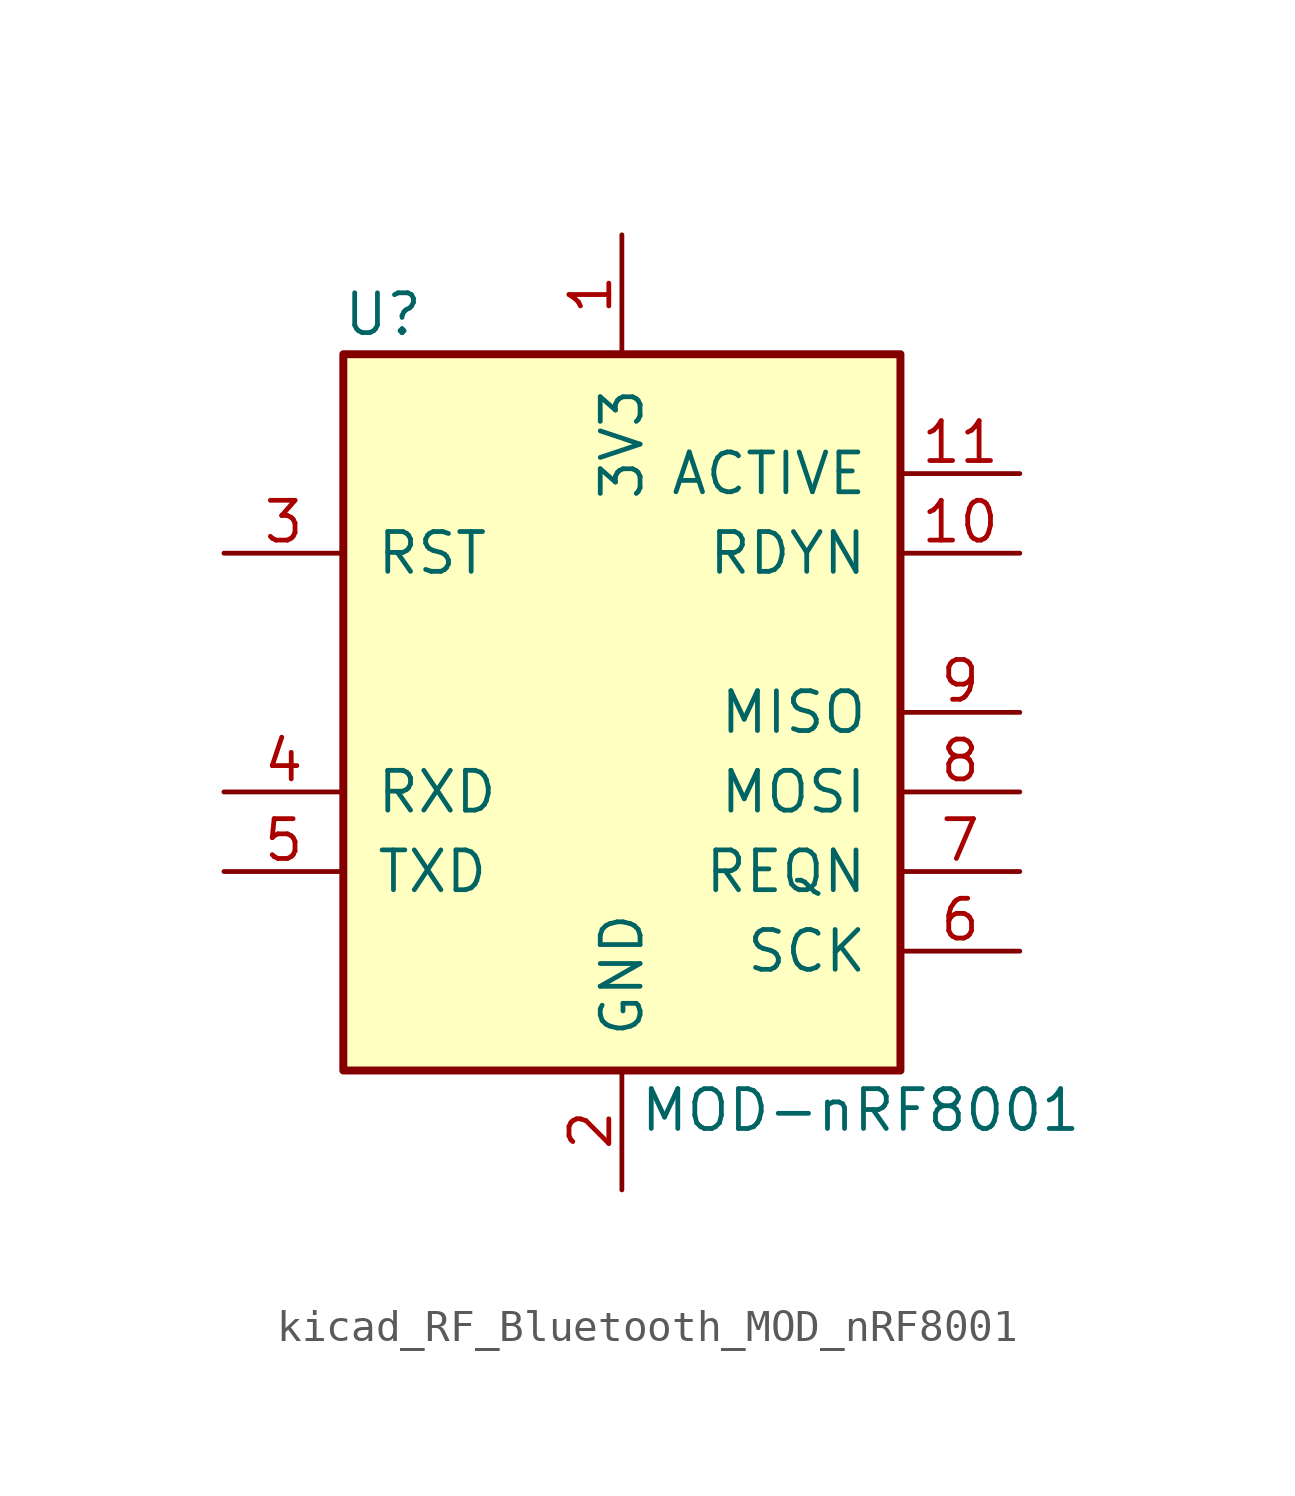
<source format=kicad_sym>
(kicad_symbol_lib
  (version 20220914)
  (generator kicad_symbol_editor)
  (symbol "kicad_RF_Bluetooth_MOD_nRF8001"
    (pin_names
      (offset 1.016))
    (property "Reference" "U"
      (at -7.62 12.7 0)
      (effects (font (size 1.27 1.27))))
    (property "Value" "MOD-nRF8001"
      (at 7.62 -12.7 0)
      (effects (font (size 1.27 1.27))))
    (symbol "kicad_RF_Bluetooth_MOD_nRF8001_0_1"
      (rectangle (start -8.89 11.43) (end 8.89 -11.43) (stroke (width 0.254) (type default)) (fill (type background))))
    (symbol "kicad_RF_Bluetooth_MOD_nRF8001_1_1"
      (pin power_in line (at 0 15.24 270) (length 3.81) (name "3V3" (effects (font (size 1.27 1.27)))) (number "1" (effects (font (size 1.27 1.27)))))
      (pin output line (at 12.7 5.08 180) (length 3.81) (name "RDYN" (effects (font (size 1.27 1.27)))) (number "10" (effects (font (size 1.27 1.27)))))
      (pin output line (at 12.7 7.62 180) (length 3.81) (name "ACTIVE" (effects (font (size 1.27 1.27)))) (number "11" (effects (font (size 1.27 1.27)))))
      (pin power_in line (at 0 -15.24 90) (length 3.81) (name "GND" (effects (font (size 1.27 1.27)))) (number "2" (effects (font (size 1.27 1.27)))))
      (pin input line (at -12.7 5.08 0) (length 3.81) (name "RST" (effects (font (size 1.27 1.27)))) (number "3" (effects (font (size 1.27 1.27)))))
      (pin input line (at -12.7 -2.54 0) (length 3.81) (name "RXD" (effects (font (size 1.27 1.27)))) (number "4" (effects (font (size 1.27 1.27)))))
      (pin output line (at -12.7 -5.08 0) (length 3.81) (name "TXD" (effects (font (size 1.27 1.27)))) (number "5" (effects (font (size 1.27 1.27)))))
      (pin input line (at 12.7 -7.62 180) (length 3.81) (name "SCK" (effects (font (size 1.27 1.27)))) (number "6" (effects (font (size 1.27 1.27)))))
      (pin input line (at 12.7 -5.08 180) (length 3.81) (name "REQN" (effects (font (size 1.27 1.27)))) (number "7" (effects (font (size 1.27 1.27)))))
      (pin input line (at 12.7 -2.54 180) (length 3.81) (name "MOSI" (effects (font (size 1.27 1.27)))) (number "8" (effects (font (size 1.27 1.27)))))
      (pin output line (at 12.7 0 180) (length 3.81) (name "MISO" (effects (font (size 1.27 1.27)))) (number "9" (effects (font (size 1.27 1.27))))))))
</source>
